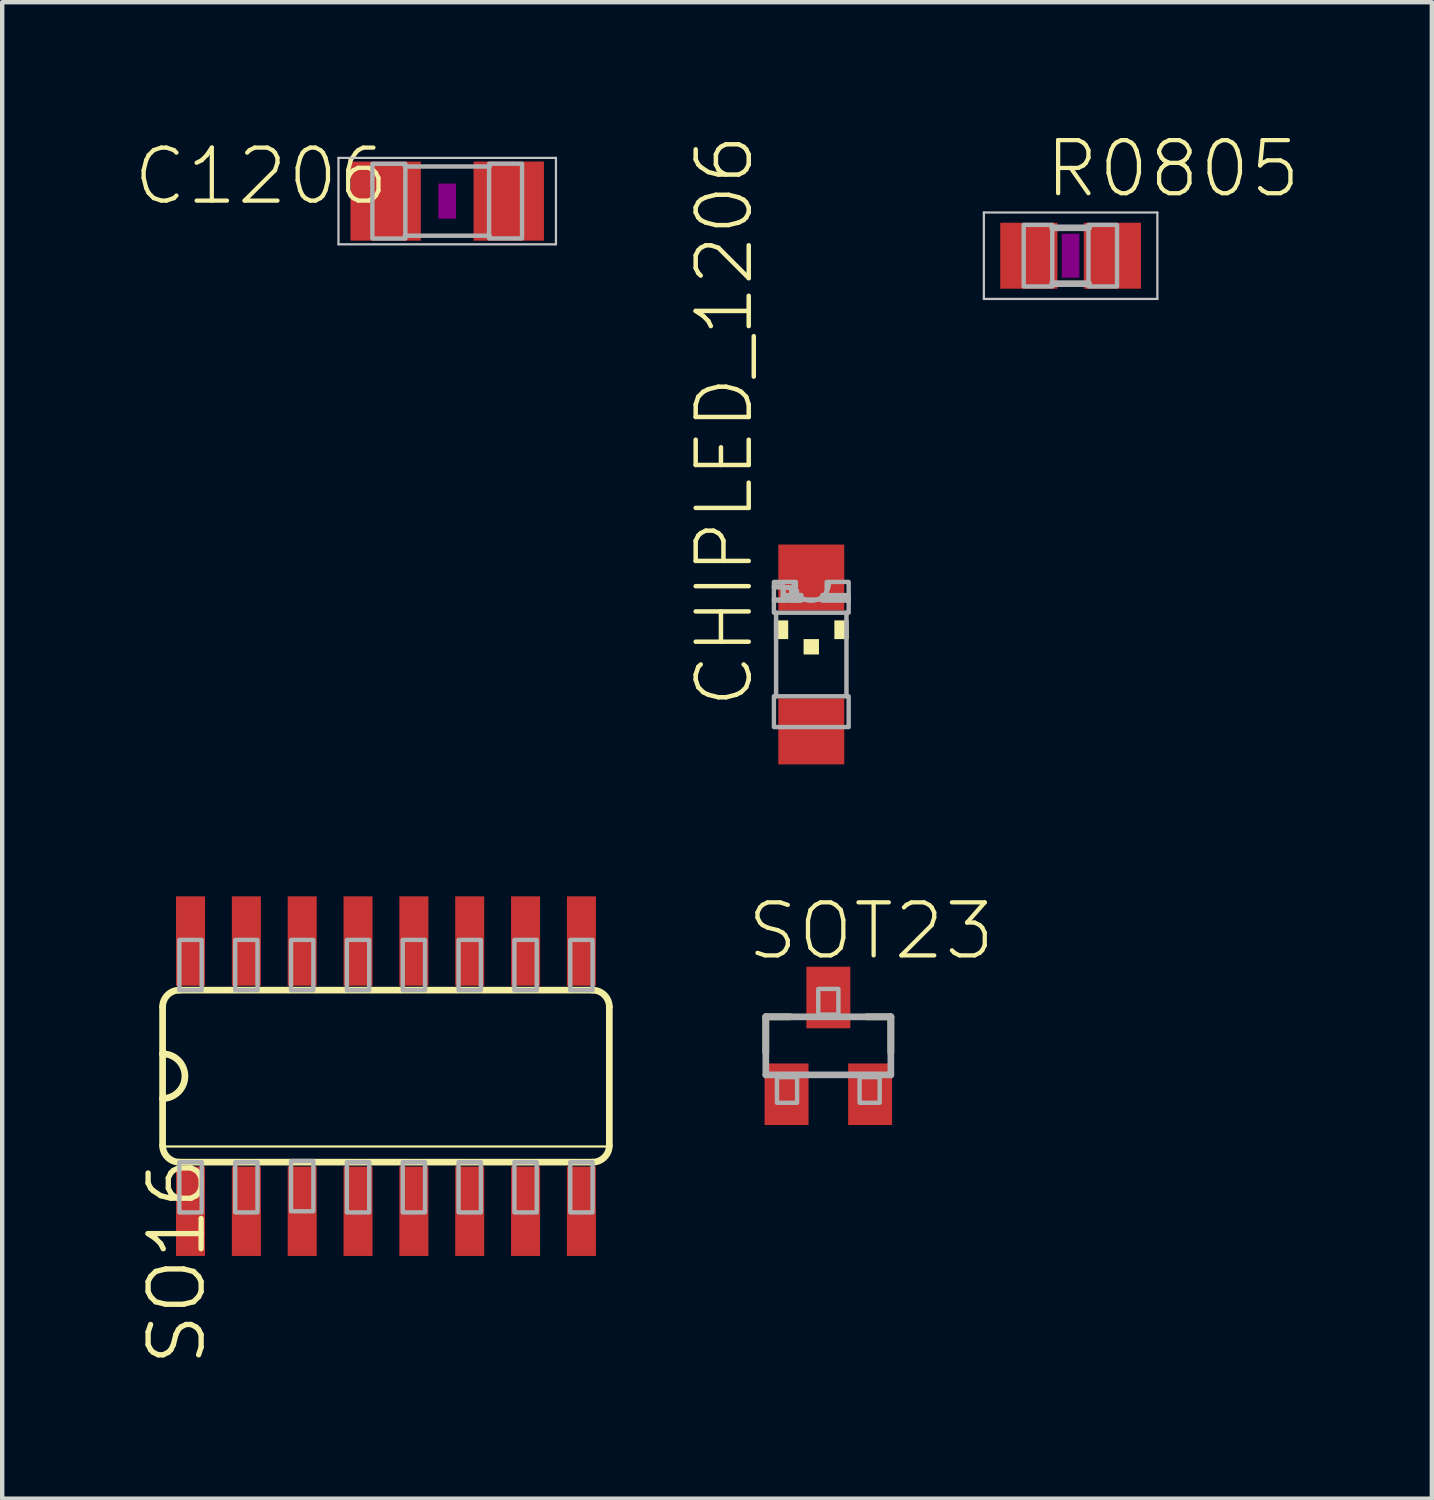
<source format=kicad_pcb>
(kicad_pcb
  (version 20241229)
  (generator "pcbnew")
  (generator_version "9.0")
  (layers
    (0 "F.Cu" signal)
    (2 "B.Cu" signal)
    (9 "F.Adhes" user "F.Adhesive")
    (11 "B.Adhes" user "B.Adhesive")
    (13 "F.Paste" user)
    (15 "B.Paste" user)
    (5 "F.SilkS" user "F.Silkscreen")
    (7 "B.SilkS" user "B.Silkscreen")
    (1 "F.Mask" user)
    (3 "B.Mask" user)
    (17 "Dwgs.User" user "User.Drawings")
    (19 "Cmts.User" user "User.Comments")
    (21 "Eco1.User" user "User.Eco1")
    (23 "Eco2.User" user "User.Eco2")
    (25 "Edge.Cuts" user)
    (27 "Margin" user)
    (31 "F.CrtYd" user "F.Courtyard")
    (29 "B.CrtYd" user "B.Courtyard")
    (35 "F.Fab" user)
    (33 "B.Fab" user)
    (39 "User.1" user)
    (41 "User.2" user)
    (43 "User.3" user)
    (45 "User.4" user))
  (footprint "R0805"
    (layer "F.Cu")
    (at 21.299 2.766)
    (property "Reference" "R0805" (at -0.635 -1.27 0) (layer "F.SilkS") (effects (font (size 1.206 1.206) (thickness 0.097)) (justify left bottom)))
    (attr through_hole)
    (fp_poly (pts (xy -0.2 0.5) (xy 0.2 0.5) (xy 0.2 -0.5) (xy -0.2 -0.5)) (stroke (width 0) (type solid)) (fill yes) (layer "F.Adhes"))
    (fp_line (start -1.973 -0.983) (end 1.973 -0.983) (stroke (width 0.051) (type solid)) (layer "Dwgs.User"))
    (fp_line (start -1.973 0.983) (end -1.973 -0.983) (stroke (width 0.051) (type solid)) (layer "Dwgs.User"))
    (fp_line (start 1.973 -0.983) (end 1.973 0.983) (stroke (width 0.051) (type solid)) (layer "Dwgs.User"))
    (fp_line (start 1.973 0.983) (end -1.973 0.983) (stroke (width 0.051) (type solid)) (layer "Dwgs.User"))
    (fp_line (start -0.41 -0.635) (end 0.41 -0.635) (stroke (width 0.152) (type solid)) (layer "F.Fab"))
    (fp_line (start -0.41 0.635) (end 0.41 0.635) (stroke (width 0.152) (type solid)) (layer "F.Fab"))
    (fp_poly (pts (xy -1.067 0.699) (xy -0.417 0.699) (xy -0.417 -0.702) (xy -1.067 -0.702)) (stroke (width 0.1) (type solid)) (fill no) (layer "F.Fab"))
    (fp_poly (pts (xy 0.406 0.699) (xy 1.056 0.699) (xy 1.056 -0.702) (xy 0.406 -0.702)) (stroke (width 0.1) (type solid)) (fill no) (layer "F.Fab"))
    (pad "1" smd rect (at -0.95 0) (size 1.3 1.5) (layers "F.Cu" "F.Mask" "F.Paste"))
    (pad "2" smd rect (at 0.95 0) (size 1.3 1.5) (layers "F.Cu" "F.Mask" "F.Paste")))
  (footprint "SOT23"
    (layer "F.Cu")
    (at 15.789 20.736)
    (property "Reference" "SOT23" (at -1.905 -1.905 180) (layer "F.SilkS") (effects (font (size 1.206 1.206) (thickness 0.097)) (justify left bottom)))
    (attr through_hole)
    (fp_line (start -1.422 -0.66) (end -0.864 -0.66) (stroke (width 0.152) (type solid)) (layer "F.SilkS"))
    (fp_line (start -1.422 0.152) (end -1.422 -0.66) (stroke (width 0.152) (type solid)) (layer "F.SilkS"))
    (fp_line (start 0.864 -0.66) (end 1.422 -0.66) (stroke (width 0.152) (type solid)) (layer "F.SilkS"))
    (fp_line (start 1.422 -0.66) (end 1.422 0.152) (stroke (width 0.152) (type solid)) (layer "F.SilkS"))
    (fp_line (start -1.422 -0.66) (end 1.422 -0.66) (stroke (width 0.152) (type solid)) (layer "F.Fab"))
    (fp_line (start -1.422 0.66) (end -1.422 -0.66) (stroke (width 0.152) (type solid)) (layer "F.Fab"))
    (fp_line (start 1.422 -0.66) (end 1.422 0.66) (stroke (width 0.152) (type solid)) (layer "F.Fab"))
    (fp_line (start 1.422 0.66) (end -1.422 0.66) (stroke (width 0.152) (type solid)) (layer "F.Fab"))
    (fp_poly (pts (xy -1.168 1.295) (xy -0.711 1.295) (xy -0.711 0.711) (xy -1.168 0.711)) (stroke (width 0.1) (type solid)) (fill no) (layer "F.Fab"))
    (fp_poly (pts (xy -0.229 -0.711) (xy 0.229 -0.711) (xy 0.229 -1.295) (xy -0.229 -1.295)) (stroke (width 0.1) (type solid)) (fill no) (layer "F.Fab"))
    (fp_poly (pts (xy 0.711 1.295) (xy 1.168 1.295) (xy 1.168 0.711) (xy 0.711 0.711)) (stroke (width 0.1) (type solid)) (fill no) (layer "F.Fab"))
    (pad "1" smd rect (at -0.95 1.1) (size 1 1.4) (layers "F.Cu" "F.Mask" "F.Paste"))
    (pad "2" smd rect (at 0.95 1.1) (size 1 1.4) (layers "F.Cu" "F.Mask" "F.Paste"))
    (pad "3" smd rect (at 0 -1.1) (size 1 1.4) (layers "F.Cu" "F.Mask" "F.Paste")))
  (footprint "SO16"
    (layer "F.Cu")
    (at 5.728 21.425)
    (property "Reference" "SO16" (at -5.461 1.778 270) (layer "F.SilkS") (effects (font (size 1.206 1.206) (thickness 0.121)) (justify right top)))
    (attr through_hole)
    (fp_line (start -5.08 -1.575) (end -5.08 -0.508) (stroke (width 0.152) (type solid)) (layer "F.SilkS"))
    (fp_line (start -5.08 -0.508) (end -5.08 0.508) (stroke (width 0.152) (type solid)) (layer "F.SilkS"))
    (fp_line (start -5.08 0.508) (end -5.08 1.575) (stroke (width 0.152) (type solid)) (layer "F.SilkS"))
    (fp_line (start -5.08 1.6) (end 5.08 1.6) (stroke (width 0.051) (type solid)) (layer "F.SilkS"))
    (fp_line (start -4.699 1.956) (end 4.699 1.956) (stroke (width 0.152) (type solid)) (layer "F.SilkS"))
    (fp_line (start 4.699 -1.956) (end -4.699 -1.956) (stroke (width 0.152) (type solid)) (layer "F.SilkS"))
    (fp_line (start 5.08 1.575) (end 5.08 -1.575) (stroke (width 0.152) (type solid)) (layer "F.SilkS"))
    (fp_arc (start -5.08 -1.5748) (mid -4.968408 -1.844208) (end -4.699 -1.9558) (stroke (width 0.1524) (type solid)) (layer "F.SilkS"))
    (fp_arc (start -5.08 -0.508) (mid -4.572 0) (end -5.08 0.508) (stroke (width 0.1524) (type solid)) (layer "F.SilkS"))
    (fp_arc (start -4.699 1.9558) (mid -4.968408 1.844208) (end -5.08 1.5748) (stroke (width 0.1524) (type solid)) (layer "F.SilkS"))
    (fp_arc (start 4.699 -1.9558) (mid 4.968408 -1.844208) (end 5.08 -1.5748) (stroke (width 0.1524) (type solid)) (layer "F.SilkS"))
    (fp_arc (start 5.08 1.5748) (mid 4.968408 1.844208) (end 4.699 1.9558) (stroke (width 0.1524) (type solid)) (layer "F.SilkS"))
    (fp_poly (pts (xy -4.699 -1.956) (xy -4.191 -1.956) (xy -4.191 -3.099) (xy -4.699 -3.099)) (stroke (width 0.1) (type solid)) (fill no) (layer "F.Fab"))
    (fp_poly (pts (xy -4.699 3.099) (xy -4.191 3.099) (xy -4.191 1.956) (xy -4.699 1.956)) (stroke (width 0.1) (type solid)) (fill no) (layer "F.Fab"))
    (fp_poly (pts (xy -3.429 -1.956) (xy -2.921 -1.956) (xy -2.921 -3.099) (xy -3.429 -3.099)) (stroke (width 0.1) (type solid)) (fill no) (layer "F.Fab"))
    (fp_poly (pts (xy -3.429 3.099) (xy -2.921 3.099) (xy -2.921 1.956) (xy -3.429 1.956)) (stroke (width 0.1) (type solid)) (fill no) (layer "F.Fab"))
    (fp_poly (pts (xy -2.159 -1.956) (xy -1.651 -1.956) (xy -1.651 -3.099) (xy -2.159 -3.099)) (stroke (width 0.1) (type solid)) (fill no) (layer "F.Fab"))
    (fp_poly (pts (xy -2.159 3.073) (xy -1.651 3.073) (xy -1.651 1.93) (xy -2.159 1.93)) (stroke (width 0.1) (type solid)) (fill no) (layer "F.Fab"))
    (fp_poly (pts (xy -0.889 -1.956) (xy -0.381 -1.956) (xy -0.381 -3.099) (xy -0.889 -3.099)) (stroke (width 0.1) (type solid)) (fill no) (layer "F.Fab"))
    (fp_poly (pts (xy -0.889 3.099) (xy -0.381 3.099) (xy -0.381 1.956) (xy -0.889 1.956)) (stroke (width 0.1) (type solid)) (fill no) (layer "F.Fab"))
    (fp_poly (pts (xy 0.381 -1.956) (xy 0.889 -1.956) (xy 0.889 -3.099) (xy 0.381 -3.099)) (stroke (width 0.1) (type solid)) (fill no) (layer "F.Fab"))
    (fp_poly (pts (xy 0.381 3.099) (xy 0.889 3.099) (xy 0.889 1.956) (xy 0.381 1.956)) (stroke (width 0.1) (type solid)) (fill no) (layer "F.Fab"))
    (fp_poly (pts (xy 1.651 -1.956) (xy 2.159 -1.956) (xy 2.159 -3.099) (xy 1.651 -3.099)) (stroke (width 0.1) (type solid)) (fill no) (layer "F.Fab"))
    (fp_poly (pts (xy 1.651 3.099) (xy 2.159 3.099) (xy 2.159 1.956) (xy 1.651 1.956)) (stroke (width 0.1) (type solid)) (fill no) (layer "F.Fab"))
    (fp_poly (pts (xy 2.921 -1.956) (xy 3.429 -1.956) (xy 3.429 -3.099) (xy 2.921 -3.099)) (stroke (width 0.1) (type solid)) (fill no) (layer "F.Fab"))
    (fp_poly (pts (xy 2.921 3.099) (xy 3.429 3.099) (xy 3.429 1.956) (xy 2.921 1.956)) (stroke (width 0.1) (type solid)) (fill no) (layer "F.Fab"))
    (fp_poly (pts (xy 4.191 -1.956) (xy 4.699 -1.956) (xy 4.699 -3.099) (xy 4.191 -3.099)) (stroke (width 0.1) (type solid)) (fill no) (layer "F.Fab"))
    (fp_poly (pts (xy 4.191 3.099) (xy 4.699 3.099) (xy 4.699 1.956) (xy 4.191 1.956)) (stroke (width 0.1) (type solid)) (fill no) (layer "F.Fab"))
    (pad "1" smd rect (at -4.445 3.073) (size 0.66 2.032) (layers "F.Cu" "F.Mask" "F.Paste"))
    (pad "2" smd rect (at -3.175 3.073) (size 0.66 2.032) (layers "F.Cu" "F.Mask" "F.Paste"))
    (pad "3" smd rect (at -1.905 3.073) (size 0.66 2.032) (layers "F.Cu" "F.Mask" "F.Paste"))
    (pad "4" smd rect (at -0.635 3.073) (size 0.66 2.032) (layers "F.Cu" "F.Mask" "F.Paste"))
    (pad "5" smd rect (at 0.635 3.073) (size 0.66 2.032) (layers "F.Cu" "F.Mask" "F.Paste"))
    (pad "6" smd rect (at 1.905 3.073) (size 0.66 2.032) (layers "F.Cu" "F.Mask" "F.Paste"))
    (pad "7" smd rect (at 3.175 3.073) (size 0.66 2.032) (layers "F.Cu" "F.Mask" "F.Paste"))
    (pad "8" smd rect (at 4.445 3.073) (size 0.66 2.032) (layers "F.Cu" "F.Mask" "F.Paste"))
    (pad "9" smd rect (at 4.445 -3.073) (size 0.66 2.032) (layers "F.Cu" "F.Mask" "F.Paste"))
    (pad "10" smd rect (at 3.175 -3.073) (size 0.66 2.032) (layers "F.Cu" "F.Mask" "F.Paste"))
    (pad "11" smd rect (at 1.905 -3.073) (size 0.66 2.032) (layers "F.Cu" "F.Mask" "F.Paste"))
    (pad "12" smd rect (at 0.635 -3.073) (size 0.66 2.032) (layers "F.Cu" "F.Mask" "F.Paste"))
    (pad "13" smd rect (at -0.635 -3.073) (size 0.66 2.032) (layers "F.Cu" "F.Mask" "F.Paste"))
    (pad "14" smd rect (at -1.905 -3.073) (size 0.66 2.032) (layers "F.Cu" "F.Mask" "F.Paste"))
    (pad "15" smd rect (at -3.175 -3.073) (size 0.66 2.032) (layers "F.Cu" "F.Mask" "F.Paste"))
    (pad "16" smd rect (at -4.445 -3.073) (size 0.66 2.032) (layers "F.Cu" "F.Mask" "F.Paste")))
  (footprint "CHIPLED_1206"
    (layer "F.Cu")
    (at 15.401 11.835)
    (property "Reference" "CHIPLED_1206" (at -1.27 1.27 90) (layer "F.SilkS") (effects (font (size 1.206 1.206) (thickness 0.102)) (justify left bottom)))
    (attr through_hole)
    (fp_poly (pts (xy -0.85 -0.35) (xy -0.525 -0.35) (xy -0.525 -0.775) (xy -0.85 -0.775)) (stroke (width 0) (type solid)) (fill yes) (layer "F.SilkS"))
    (fp_poly (pts (xy -0.175 0) (xy 0.175 0) (xy 0.175 -0.35) (xy -0.175 -0.35)) (stroke (width 0) (type solid)) (fill yes) (layer "F.SilkS"))
    (fp_poly (pts (xy 0.525 -0.35) (xy 0.85 -0.35) (xy 0.85 -0.775) (xy 0.525 -0.775)) (stroke (width 0) (type solid)) (fill yes) (layer "F.SilkS"))
    (fp_line (start -0.8 0.95) (end -0.8 -0.95) (stroke (width 0.102) (type solid)) (layer "F.Fab"))
    (fp_line (start 0.8 -0.95) (end 0.8 0.95) (stroke (width 0.102) (type solid)) (layer "F.Fab"))
    (fp_arc (start 0.4 -1.599998) (mid -0.000001 -1.224968) (end -0.4 -1.6) (stroke (width 0.1016) (type solid)) (layer "F.Fab"))
    (fp_circle (center -0.55 -1.425) (end -0.45 -1.425) (stroke (width 0.102) (type solid)) (fill no) (layer "F.Fab"))
    (fp_poly (pts (xy -0.85 -1.525) (xy -0.35 -1.525) (xy -0.35 -1.65) (xy -0.85 -1.65)) (stroke (width 0.1) (type solid)) (fill no) (layer "F.Fab"))
    (fp_poly (pts (xy -0.85 -1.225) (xy -0.625 -1.225) (xy -0.625 -1.55) (xy -0.85 -1.55)) (stroke (width 0.1) (type solid)) (fill no) (layer "F.Fab"))
    (fp_poly (pts (xy -0.85 -0.95) (xy 0.85 -0.95) (xy 0.85 -1.25) (xy -0.85 -1.25)) (stroke (width 0.1) (type solid)) (fill no) (layer "F.Fab"))
    (fp_poly (pts (xy -0.85 1.65) (xy 0.85 1.65) (xy 0.85 0.95) (xy -0.85 0.95)) (stroke (width 0.1) (type solid)) (fill no) (layer "F.Fab"))
    (fp_poly (pts (xy -0.65 -1.225) (xy -0.225 -1.225) (xy -0.225 -1.35) (xy -0.65 -1.35)) (stroke (width 0.1) (type solid)) (fill no) (layer "F.Fab"))
    (fp_poly (pts (xy -0.45 -1.225) (xy -0.325 -1.225) (xy -0.325 -1.45) (xy -0.45 -1.45)) (stroke (width 0.1) (type solid)) (fill no) (layer "F.Fab"))
    (fp_poly (pts (xy 0.25 -1.225) (xy 0.85 -1.225) (xy 0.85 -1.35) (xy 0.25 -1.35)) (stroke (width 0.1) (type solid)) (fill no) (layer "F.Fab"))
    (fp_poly (pts (xy 0.35 -1.3) (xy 0.85 -1.3) (xy 0.85 -1.65) (xy 0.35 -1.65)) (stroke (width 0.1) (type solid)) (fill no) (layer "F.Fab"))
    (pad "A" smd rect (at 0 1.75) (size 1.5 1.5) (layers "F.Cu" "F.Mask" "F.Paste"))
    (pad "C" smd rect (at 0 -1.75) (size 1.5 1.5) (layers "F.Cu" "F.Mask" "F.Paste")))
  (footprint "C1206"
    (layer "F.Cu")
    (at 7.121 1.524)
    (property "Reference" "C1206" (at -1.27 -1.27 180) (layer "F.SilkS") (effects (font (size 1.206 1.206) (thickness 0.097)) (justify right top)))
    (attr through_hole)
    (fp_poly (pts (xy -0.2 0.4) (xy 0.2 0.4) (xy 0.2 -0.4) (xy -0.2 -0.4)) (stroke (width 0) (type solid)) (fill yes) (layer "F.Adhes"))
    (fp_line (start -2.473 -0.983) (end 2.473 -0.983) (stroke (width 0.051) (type solid)) (layer "Dwgs.User"))
    (fp_line (start -2.473 0.983) (end -2.473 -0.983) (stroke (width 0.051) (type solid)) (layer "Dwgs.User"))
    (fp_line (start 2.473 -0.983) (end 2.473 0.983) (stroke (width 0.051) (type solid)) (layer "Dwgs.User"))
    (fp_line (start 2.473 0.983) (end -2.473 0.983) (stroke (width 0.051) (type solid)) (layer "Dwgs.User"))
    (fp_line (start -0.965 -0.787) (end 0.965 -0.787) (stroke (width 0.102) (type solid)) (layer "F.Fab"))
    (fp_line (start -0.965 0.787) (end 0.965 0.787) (stroke (width 0.102) (type solid)) (layer "F.Fab"))
    (fp_poly (pts (xy -1.702 0.851) (xy -0.952 0.851) (xy -0.952 -0.849) (xy -1.702 -0.849)) (stroke (width 0.1) (type solid)) (fill no) (layer "F.Fab"))
    (fp_poly (pts (xy 0.952 0.849) (xy 1.702 0.849) (xy 1.702 -0.851) (xy 0.952 -0.851)) (stroke (width 0.1) (type solid)) (fill no) (layer "F.Fab"))
    (pad "1" smd rect (at -1.4 0) (size 1.6 1.8) (layers "F.Cu" "F.Mask" "F.Paste"))
    (pad "2" smd rect (at 1.4 0) (size 1.6 1.8) (layers "F.Cu" "F.Mask" "F.Paste")))
  (gr_rect
    (start -3 -3)
    (end 29.515 31.034)
    (stroke (width 0.1) (type default))
    (fill no)
    (layer "Edge.Cuts")))
</source>
